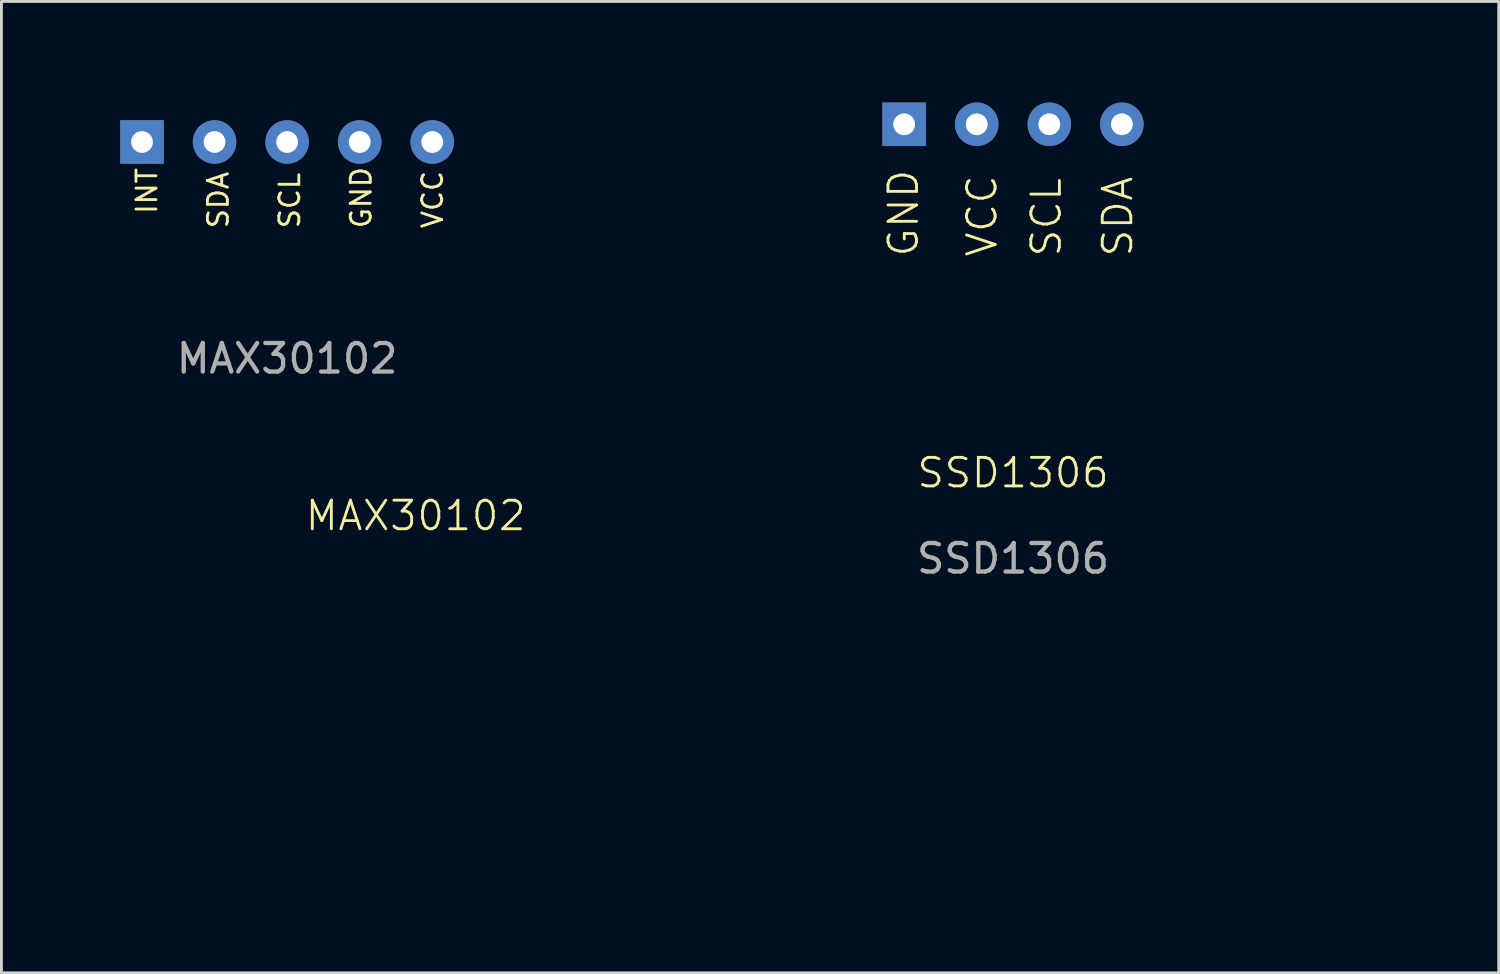
<source format=kicad_pcb>
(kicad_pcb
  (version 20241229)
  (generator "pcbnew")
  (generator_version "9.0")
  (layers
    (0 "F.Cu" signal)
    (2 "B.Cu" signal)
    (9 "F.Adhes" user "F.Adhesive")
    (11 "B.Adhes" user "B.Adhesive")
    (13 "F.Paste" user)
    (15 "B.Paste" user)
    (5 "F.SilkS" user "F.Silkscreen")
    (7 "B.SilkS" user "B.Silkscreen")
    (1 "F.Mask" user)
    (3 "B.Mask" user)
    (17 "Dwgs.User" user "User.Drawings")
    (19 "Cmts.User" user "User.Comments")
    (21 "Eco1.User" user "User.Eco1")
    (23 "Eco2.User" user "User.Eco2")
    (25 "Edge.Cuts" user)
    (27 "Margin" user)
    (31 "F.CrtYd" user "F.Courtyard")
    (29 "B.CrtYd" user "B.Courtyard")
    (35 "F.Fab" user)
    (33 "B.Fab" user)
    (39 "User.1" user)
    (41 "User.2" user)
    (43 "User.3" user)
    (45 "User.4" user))
  (footprint "MAX30102"
    (layer "F.Cu")
    (at 7 7)
    (property "Reference" "MAX30102" (at 4.5 8 0) (unlocked yes) (layer "F.SilkS") (effects (font (size 1 1) (thickness 0.1))))
    (attr through_hole)
    (fp_text user "INT" (at -4.5 -2.5 90) (unlocked yes) (layer "F.SilkS") (effects (font (size 0.7 0.7) (thickness 0.1)) (justify left bottom)))
    (fp_text user "GND" (at 3 -2 90) (unlocked yes) (layer "F.SilkS") (effects (font (size 0.7 0.7) (thickness 0.1)) (justify left bottom)))
    (fp_text user "VCC" (at 5.5 -2 90) (unlocked yes) (layer "F.SilkS") (effects (font (size 0.7 0.7) (thickness 0.1)) (justify left bottom)))
    (fp_text user "SCL" (at 0.5 -2 90) (unlocked yes) (layer "F.SilkS") (effects (font (size 0.7 0.7) (thickness 0.1)) (justify left bottom)))
    (fp_text user "SDA" (at -2 -2 90) (unlocked yes) (layer "F.SilkS") (effects (font (size 0.7 0.7) (thickness 0.1)) (justify left bottom)))
    (fp_text user "${REFERENCE}" (at 0 2.5 0) (unlocked yes) (layer "F.Fab") (effects (font (size 1 1) (thickness 0.15))))
    (pad "1" thru_hole rect (at -5.08 -5.08) (size 1.524 1.524) (drill 0.762) (layers "*.Cu" "*.Mask"))
    (pad "2" thru_hole circle (at -2.54 -5.08) (size 1.524 1.524) (drill 0.762) (layers "*.Cu" "*.Mask"))
    (pad "3" thru_hole circle (at 0 -5.08) (size 1.524 1.524) (drill 0.762) (layers "*.Cu" "*.Mask"))
    (pad "4" thru_hole circle (at 2.54 -5.08) (size 1.524 1.524) (drill 0.762) (layers "*.Cu" "*.Mask"))
    (pad "5" thru_hole circle (at 5.08 -5.08) (size 1.524 1.524) (drill 0.762) (layers "*.Cu" "*.Mask"))
    (zone (net_name "") (layer "F.SilkS") (hatch edge 0.5) (connect_pads) (min_thickness 0.25) (filled_areas_thickness no) (keepout (tracks allowed) (vias allowed) (pads not_allowed) (copperpour allowed) (footprints not_allowed)) (placement (enabled no)) (fill) (polygon (pts (xy 0 0) (xy 14 0) (xy 14 14) (xy 0 14)))))
  (footprint "SSD1306"
    (layer "F.Cu")
    (at 32.407 14)
    (property "Reference" "SSD1306" (at 0 -0.5 0) (unlocked yes) (layer "F.SilkS") (effects (font (size 1 1) (thickness 0.1))))
    (attr through_hole)
    (fp_text user "SCL" (at 1.75 -8 90) (unlocked yes) (layer "F.SilkS") (effects (font (size 1 1) (thickness 0.1)) (justify left bottom)))
    (fp_text user "VCC" (at -0.5 -8 90) (unlocked yes) (layer "F.SilkS") (effects (font (size 1 1) (thickness 0.1)) (justify left bottom)))
    (fp_text user "GND" (at -3.25 -8 90) (unlocked yes) (layer "F.SilkS") (effects (font (size 1 1) (thickness 0.1)) (justify left bottom)))
    (fp_text user "SDA" (at 4.25 -8 90) (unlocked yes) (layer "F.SilkS") (effects (font (size 1 1) (thickness 0.1)) (justify left bottom)))
    (fp_text user "${REFERENCE}" (at 0 2.5 0) (unlocked yes) (layer "F.Fab") (effects (font (size 1 1) (thickness 0.15))))
    (pad "1" thru_hole rect (at -3.81 -12.7) (size 1.524 1.524) (drill 0.762) (layers "*.Cu" "*.Mask"))
    (pad "2" thru_hole circle (at -1.27 -12.7) (size 1.524 1.524) (drill 0.762) (layers "*.Cu" "*.Mask"))
    (pad "3" thru_hole circle (at 1.27 -12.7) (size 1.524 1.524) (drill 0.762) (layers "*.Cu" "*.Mask"))
    (pad "4" thru_hole circle (at 3.81 -12.7) (size 1.524 1.524) (drill 0.762) (layers "*.Cu" "*.Mask"))
    (zone (net_name "") (layer "F.SilkS") (hatch edge 0.5) (connect_pads) (min_thickness 0.25) (filled_areas_thickness no) (keepout (tracks allowed) (vias allowed) (pads not_allowed) (copperpour allowed) (footprints not_allowed)) (placement (enabled no)) (fill) (polygon (pts (xy 18.407 0) (xy 46.407 0) (xy 46.407 28) (xy 18.407 28)))))
  (gr_rect
    (start -3 -3)
    (end 49.407 31)
    (stroke (width 0.1) (type default))
    (fill no)
    (layer "Edge.Cuts")))
</source>
